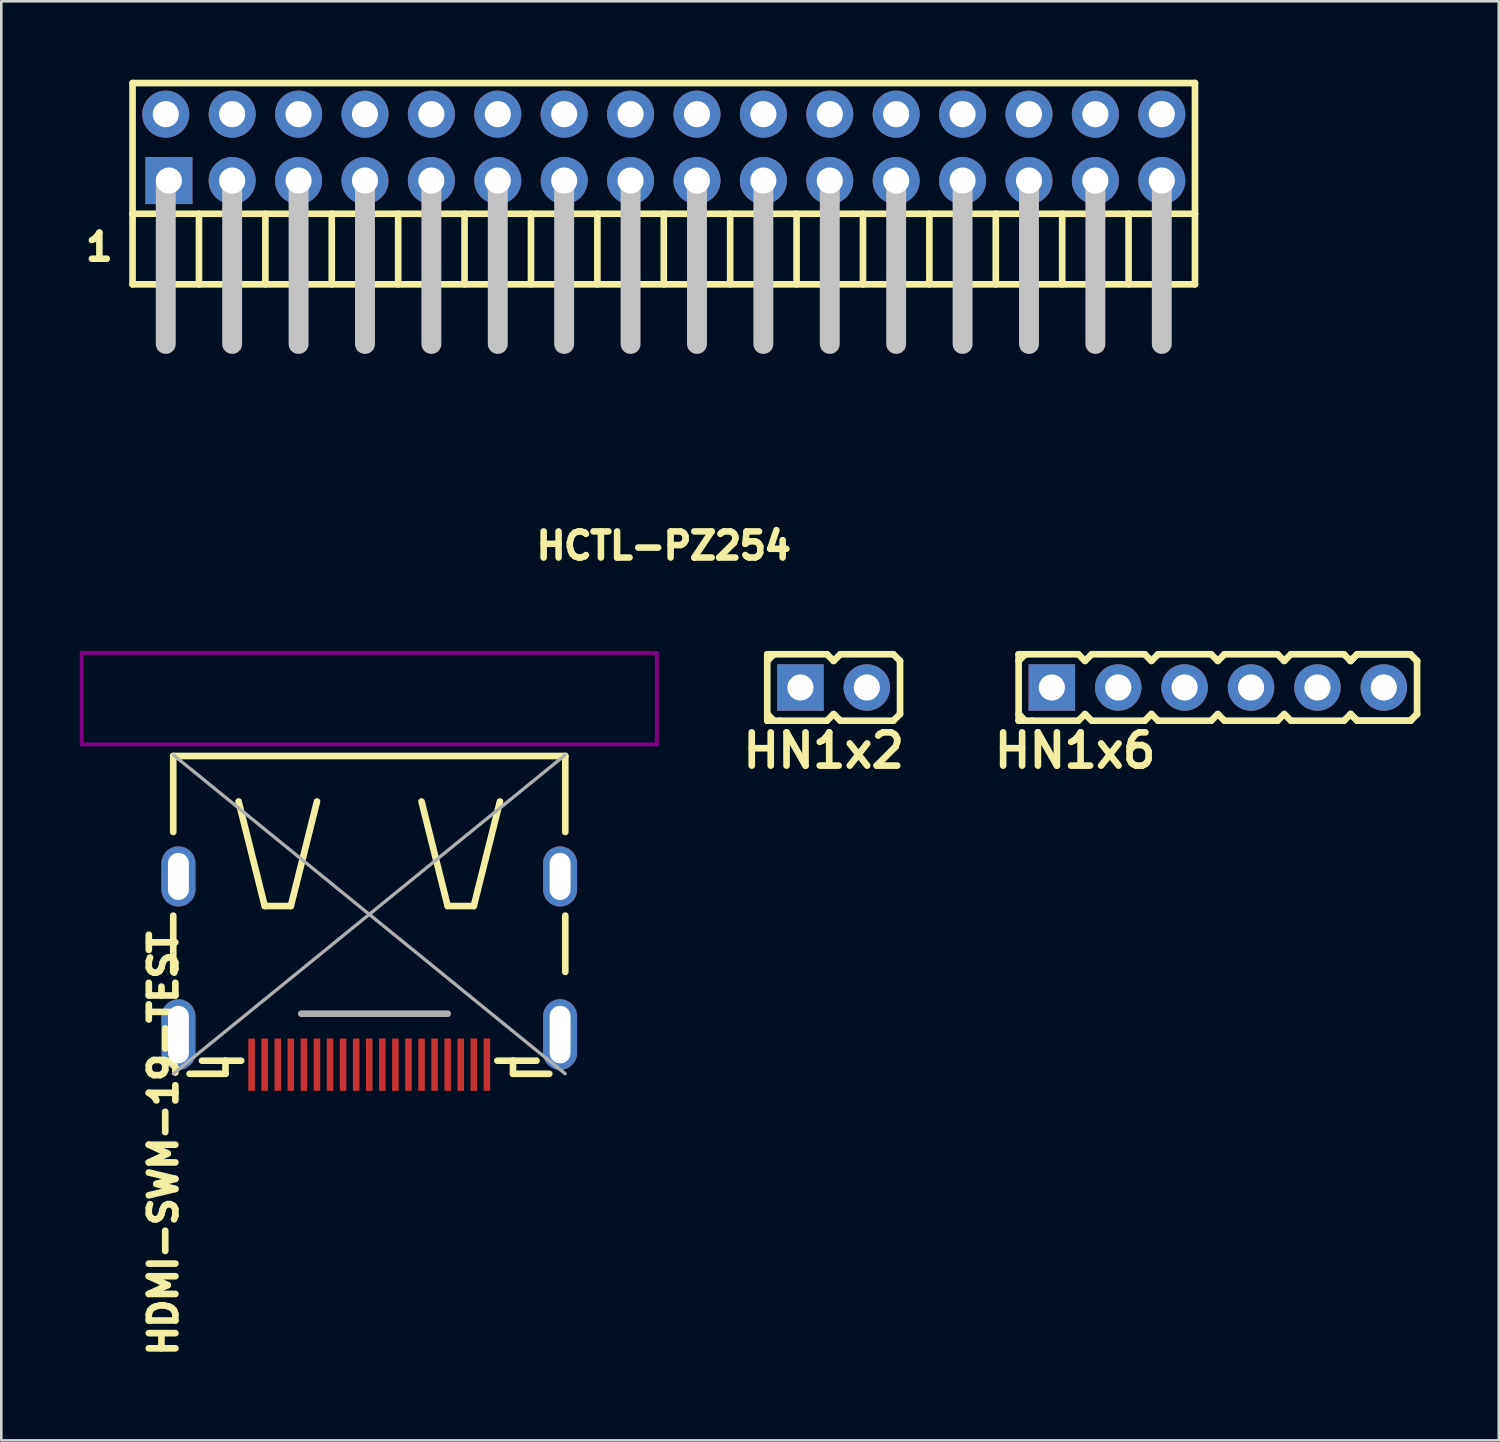
<source format=kicad_pcb>
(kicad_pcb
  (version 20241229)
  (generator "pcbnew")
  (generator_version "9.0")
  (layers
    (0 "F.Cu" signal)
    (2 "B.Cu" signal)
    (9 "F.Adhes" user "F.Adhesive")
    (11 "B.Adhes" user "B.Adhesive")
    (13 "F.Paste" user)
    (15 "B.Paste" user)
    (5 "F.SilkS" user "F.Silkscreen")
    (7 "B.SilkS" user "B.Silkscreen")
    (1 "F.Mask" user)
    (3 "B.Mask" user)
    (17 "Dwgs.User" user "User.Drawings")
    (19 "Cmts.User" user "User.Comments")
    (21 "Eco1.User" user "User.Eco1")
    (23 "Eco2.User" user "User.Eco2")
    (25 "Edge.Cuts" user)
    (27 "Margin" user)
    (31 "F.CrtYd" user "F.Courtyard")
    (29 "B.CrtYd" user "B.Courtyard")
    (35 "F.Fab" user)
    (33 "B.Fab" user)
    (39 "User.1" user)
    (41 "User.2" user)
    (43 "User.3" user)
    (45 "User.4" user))
  (footprint "HN1x2"
    (layer "F.Cu")
    (at 28.839 23.248)
    (property "Reference" "HN1x2" (at -0.381 2.413 0) (layer "F.SilkS") (effects (font (size 1.27 1.27) (thickness 0.254))))
    (attr through_hole)
    (fp_line (start -2.54 -1.27) (end -2.54 1.27) (stroke (width 0.254) (type solid)) (layer "F.SilkS"))
    (fp_line (start -2.54 -1.27) (end -2.286 -1.27) (stroke (width 0.254) (type solid)) (layer "F.SilkS"))
    (fp_line (start -2.54 -1.016) (end -2.286 -1.27) (stroke (width 0.254) (type solid)) (layer "F.SilkS"))
    (fp_line (start -2.286 -1.27) (end -0.254 -1.27) (stroke (width 0.254) (type solid)) (layer "F.SilkS"))
    (fp_line (start -2.286 1.27) (end -2.54 1.016) (stroke (width 0.254) (type solid)) (layer "F.SilkS"))
    (fp_line (start -2.032 1.27) (end -2.54 1.27) (stroke (width 0.254) (type solid)) (layer "F.SilkS"))
    (fp_line (start -0.254 -1.27) (end 0 -1.016) (stroke (width 0.254) (type solid)) (layer "F.SilkS"))
    (fp_line (start -0.254 1.27) (end -2.032 1.27) (stroke (width 0.254) (type solid)) (layer "F.SilkS"))
    (fp_line (start 0 -1.016) (end 0.254 -1.27) (stroke (width 0.254) (type solid)) (layer "F.SilkS"))
    (fp_line (start 0 1.016) (end -0.254 1.27) (stroke (width 0.254) (type solid)) (layer "F.SilkS"))
    (fp_line (start 0.254 -1.27) (end 2.286 -1.27) (stroke (width 0.254) (type solid)) (layer "F.SilkS"))
    (fp_line (start 0.254 1.27) (end 0 1.016) (stroke (width 0.254) (type solid)) (layer "F.SilkS"))
    (fp_line (start 2.286 -1.27) (end 2.54 -1.016) (stroke (width 0.254) (type solid)) (layer "F.SilkS"))
    (fp_line (start 2.286 1.27) (end 0.254 1.27) (stroke (width 0.254) (type solid)) (layer "F.SilkS"))
    (fp_line (start 2.286 1.27) (end 2.54 1.016) (stroke (width 0.254) (type solid)) (layer "F.SilkS"))
    (fp_line (start 2.54 -1.016) (end 2.54 1.016) (stroke (width 0.254) (type solid)) (layer "F.SilkS"))
    (pad "1" thru_hole rect (at -1.27 0) (size 1.778 1.778) (drill 1) (layers "*.Cu" "*.Mask"))
    (pad "2" thru_hole circle (at 1.27 0) (size 1.778 1.778) (drill 1) (layers "*.Cu" "*.Mask")))
  (footprint "HCTL-PZ254"
    (layer "F.Cu")
    (at 22.341 5.127)
    (property "Reference" "HCTL-PZ254" (at 0 12.7 0) (layer "F.SilkS") (effects (font (size 1 1) (thickness 0.25))))
    (attr through_hole)
    (fp_line (start -20.32 -5) (end 20.32 -5) (stroke (width 0.254) (type solid)) (layer "F.SilkS"))
    (fp_line (start -20.32 0) (end -20.32 -5) (stroke (width 0.254) (type solid)) (layer "F.SilkS"))
    (fp_line (start -20.32 0) (end -20.32 2.7) (stroke (width 0.254) (type solid)) (layer "F.SilkS"))
    (fp_line (start -20.32 0) (end 20.32 0) (stroke (width 0.254) (type solid)) (layer "F.SilkS"))
    (fp_line (start -20.32 2.7) (end 20.32 2.7) (stroke (width 0.254) (type solid)) (layer "F.SilkS"))
    (fp_line (start -17.78 0) (end -17.78 2.7) (stroke (width 0.254) (type solid)) (layer "F.SilkS"))
    (fp_line (start -15.24 0) (end -15.24 2.7) (stroke (width 0.254) (type solid)) (layer "F.SilkS"))
    (fp_line (start -12.7 0) (end -12.7 2.7) (stroke (width 0.254) (type solid)) (layer "F.SilkS"))
    (fp_line (start -10.16 0) (end -10.16 2.7) (stroke (width 0.254) (type solid)) (layer "F.SilkS"))
    (fp_line (start -7.62 0) (end -7.62 2.7) (stroke (width 0.254) (type solid)) (layer "F.SilkS"))
    (fp_line (start -5.08 0) (end -5.08 2.7) (stroke (width 0.254) (type solid)) (layer "F.SilkS"))
    (fp_line (start -2.54 0) (end -2.54 2.7) (stroke (width 0.254) (type solid)) (layer "F.SilkS"))
    (fp_line (start 0 0) (end 0 2.7) (stroke (width 0.254) (type solid)) (layer "F.SilkS"))
    (fp_line (start 2.54 0) (end 2.54 2.7) (stroke (width 0.254) (type solid)) (layer "F.SilkS"))
    (fp_line (start 5.08 0) (end 5.08 2.7) (stroke (width 0.254) (type solid)) (layer "F.SilkS"))
    (fp_line (start 7.62 0) (end 7.62 2.7) (stroke (width 0.254) (type solid)) (layer "F.SilkS"))
    (fp_line (start 10.16 0) (end 10.16 2.7) (stroke (width 0.254) (type solid)) (layer "F.SilkS"))
    (fp_line (start 12.7 0) (end 12.7 2.7) (stroke (width 0.254) (type solid)) (layer "F.SilkS"))
    (fp_line (start 15.24 0) (end 15.24 2.7) (stroke (width 0.254) (type solid)) (layer "F.SilkS"))
    (fp_line (start 17.78 0) (end 17.78 2.7) (stroke (width 0.254) (type solid)) (layer "F.SilkS"))
    (fp_line (start 20.32 0) (end 20.32 -5) (stroke (width 0.254) (type solid)) (layer "F.SilkS"))
    (fp_line (start 20.32 0) (end 20.32 2.7) (stroke (width 0.254) (type solid)) (layer "F.SilkS"))
    (fp_line (start -19.05 -1.27) (end -19.05 4.98) (stroke (width 0.762) (type solid)) (layer "Dwgs.User"))
    (fp_line (start -16.51 -1.27) (end -16.51 4.98) (stroke (width 0.762) (type solid)) (layer "Dwgs.User"))
    (fp_line (start -13.97 -1.27) (end -13.97 4.98) (stroke (width 0.762) (type solid)) (layer "Dwgs.User"))
    (fp_line (start -11.43 -1.27) (end -11.43 4.98) (stroke (width 0.762) (type solid)) (layer "Dwgs.User"))
    (fp_line (start -8.89 -1.27) (end -8.89 4.98) (stroke (width 0.762) (type solid)) (layer "Dwgs.User"))
    (fp_line (start -6.35 -1.27) (end -6.35 4.98) (stroke (width 0.762) (type solid)) (layer "Dwgs.User"))
    (fp_line (start -3.81 -1.27) (end -3.81 4.98) (stroke (width 0.762) (type solid)) (layer "Dwgs.User"))
    (fp_line (start -1.27 -1.27) (end -1.27 4.98) (stroke (width 0.762) (type solid)) (layer "Dwgs.User"))
    (fp_line (start 1.27 -1.27) (end 1.27 4.98) (stroke (width 0.762) (type solid)) (layer "Dwgs.User"))
    (fp_line (start 3.81 -1.27) (end 3.81 4.98) (stroke (width 0.762) (type solid)) (layer "Dwgs.User"))
    (fp_line (start 6.35 -1.27) (end 6.35 4.98) (stroke (width 0.762) (type solid)) (layer "Dwgs.User"))
    (fp_line (start 8.89 -1.27) (end 8.89 4.98) (stroke (width 0.762) (type solid)) (layer "Dwgs.User"))
    (fp_line (start 11.43 -1.27) (end 11.43 4.98) (stroke (width 0.762) (type solid)) (layer "Dwgs.User"))
    (fp_line (start 13.97 -1.27) (end 13.97 4.98) (stroke (width 0.762) (type solid)) (layer "Dwgs.User"))
    (fp_line (start 16.51 -1.27) (end 16.51 4.98) (stroke (width 0.762) (type solid)) (layer "Dwgs.User"))
    (fp_line (start 19.05 -1.27) (end 19.05 4.98) (stroke (width 0.762) (type solid)) (layer "Dwgs.User"))
    (fp_text user "1" (at -21.59 1.27 0) (layer "F.SilkS") (effects (font (size 1 1) (thickness 0.25))))
    (pad "1" thru_hole rect (at -18.93 -1.27) (size 1.8 1.8) (drill 1) (layers "*.Cu" "*.Mask"))
    (pad "2" thru_hole circle (at -19.05 -3.81) (size 1.8 1.8) (drill 1) (layers "*.Cu" "*.Mask"))
    (pad "3" thru_hole circle (at -16.51 -1.27) (size 1.8 1.8) (drill 1) (layers "*.Cu" "*.Mask"))
    (pad "4" thru_hole circle (at -16.51 -3.81) (size 1.8 1.8) (drill 1) (layers "*.Cu" "*.Mask"))
    (pad "5" thru_hole circle (at -13.97 -1.27) (size 1.8 1.8) (drill 1) (layers "*.Cu" "*.Mask"))
    (pad "6" thru_hole circle (at -13.97 -3.81) (size 1.8 1.8) (drill 1) (layers "*.Cu" "*.Mask"))
    (pad "7" thru_hole circle (at -11.43 -1.27) (size 1.8 1.8) (drill 1) (layers "*.Cu" "*.Mask"))
    (pad "8" thru_hole circle (at -11.43 -3.81) (size 1.8 1.8) (drill 1) (layers "*.Cu" "*.Mask"))
    (pad "9" thru_hole circle (at -8.89 -1.27) (size 1.8 1.8) (drill 1) (layers "*.Cu" "*.Mask"))
    (pad "10" thru_hole circle (at -8.89 -3.81) (size 1.8 1.8) (drill 1) (layers "*.Cu" "*.Mask"))
    (pad "11" thru_hole circle (at -6.35 -1.27) (size 1.8 1.8) (drill 1) (layers "*.Cu" "*.Mask"))
    (pad "12" thru_hole circle (at -6.35 -3.81) (size 1.8 1.8) (drill 1) (layers "*.Cu" "*.Mask"))
    (pad "13" thru_hole circle (at -3.81 -1.27) (size 1.8 1.8) (drill 1) (layers "*.Cu" "*.Mask"))
    (pad "14" thru_hole circle (at -3.81 -3.81) (size 1.8 1.8) (drill 1) (layers "*.Cu" "*.Mask"))
    (pad "15" thru_hole circle (at -1.27 -1.27) (size 1.8 1.8) (drill 1) (layers "*.Cu" "*.Mask"))
    (pad "16" thru_hole circle (at -1.27 -3.81) (size 1.8 1.8) (drill 1) (layers "*.Cu" "*.Mask"))
    (pad "17" thru_hole circle (at 1.27 -1.27) (size 1.8 1.8) (drill 1) (layers "*.Cu" "*.Mask"))
    (pad "18" thru_hole circle (at 1.27 -3.81) (size 1.8 1.8) (drill 1) (layers "*.Cu" "*.Mask"))
    (pad "19" thru_hole circle (at 3.81 -1.27) (size 1.8 1.8) (drill 1) (layers "*.Cu" "*.Mask"))
    (pad "20" thru_hole circle (at 3.81 -3.81) (size 1.8 1.8) (drill 1) (layers "*.Cu" "*.Mask"))
    (pad "21" thru_hole circle (at 6.35 -1.27) (size 1.8 1.8) (drill 1) (layers "*.Cu" "*.Mask"))
    (pad "22" thru_hole circle (at 6.35 -3.81) (size 1.8 1.8) (drill 1) (layers "*.Cu" "*.Mask"))
    (pad "23" thru_hole circle (at 8.89 -1.27) (size 1.8 1.8) (drill 1) (layers "*.Cu" "*.Mask"))
    (pad "24" thru_hole circle (at 8.89 -3.81) (size 1.8 1.8) (drill 1) (layers "*.Cu" "*.Mask"))
    (pad "25" thru_hole circle (at 11.43 -1.27) (size 1.8 1.8) (drill 1) (layers "*.Cu" "*.Mask"))
    (pad "26" thru_hole circle (at 11.43 -3.81) (size 1.8 1.8) (drill 1) (layers "*.Cu" "*.Mask"))
    (pad "27" thru_hole circle (at 13.97 -1.27) (size 1.8 1.8) (drill 1) (layers "*.Cu" "*.Mask"))
    (pad "28" thru_hole circle (at 13.97 -3.81) (size 1.8 1.8) (drill 1) (layers "*.Cu" "*.Mask"))
    (pad "29" thru_hole circle (at 16.51 -1.27) (size 1.8 1.8) (drill 1) (layers "*.Cu" "*.Mask"))
    (pad "30" thru_hole circle (at 16.51 -3.81) (size 1.8 1.8) (drill 1) (layers "*.Cu" "*.Mask"))
    (pad "31" thru_hole circle (at 19.05 -1.27) (size 1.8 1.8) (drill 1) (layers "*.Cu" "*.Mask"))
    (pad "32" thru_hole circle (at 19.05 -3.81) (size 1.8 1.8) (drill 1) (layers "*.Cu" "*.Mask")))
  (footprint "HN1x6"
    (layer "F.Cu")
    (at 43.535 23.248)
    (property "Reference" "HN1x6" (at -5.461 2.413 0) (layer "F.SilkS") (effects (font (size 1.27 1.27) (thickness 0.254))))
    (attr through_hole)
    (fp_line (start -7.62 -1.27) (end -7.62 1.27) (stroke (width 0.254) (type solid)) (layer "F.SilkS"))
    (fp_line (start -7.62 -1.27) (end -7.366 -1.27) (stroke (width 0.254) (type solid)) (layer "F.SilkS"))
    (fp_line (start -7.62 -1.016) (end -7.366 -1.27) (stroke (width 0.254) (type solid)) (layer "F.SilkS"))
    (fp_line (start -7.366 -1.27) (end -5.334 -1.27) (stroke (width 0.254) (type solid)) (layer "F.SilkS"))
    (fp_line (start -7.366 1.27) (end -7.62 1.016) (stroke (width 0.254) (type solid)) (layer "F.SilkS"))
    (fp_line (start -7.112 1.27) (end -7.62 1.27) (stroke (width 0.254) (type solid)) (layer "F.SilkS"))
    (fp_line (start -5.334 -1.27) (end -5.08 -1.016) (stroke (width 0.254) (type solid)) (layer "F.SilkS"))
    (fp_line (start -5.334 1.27) (end -7.112 1.27) (stroke (width 0.254) (type solid)) (layer "F.SilkS"))
    (fp_line (start -5.08 -1.016) (end -4.826 -1.27) (stroke (width 0.254) (type solid)) (layer "F.SilkS"))
    (fp_line (start -5.08 1.016) (end -5.334 1.27) (stroke (width 0.254) (type solid)) (layer "F.SilkS"))
    (fp_line (start -4.826 -1.27) (end -2.794 -1.27) (stroke (width 0.254) (type solid)) (layer "F.SilkS"))
    (fp_line (start -4.826 1.27) (end -5.08 1.016) (stroke (width 0.254) (type solid)) (layer "F.SilkS"))
    (fp_line (start -2.794 -1.27) (end -2.54 -1.016) (stroke (width 0.254) (type solid)) (layer "F.SilkS"))
    (fp_line (start -2.794 1.27) (end -4.826 1.27) (stroke (width 0.254) (type solid)) (layer "F.SilkS"))
    (fp_line (start -2.794 1.27) (end -2.54 1.016) (stroke (width 0.254) (type solid)) (layer "F.SilkS"))
    (fp_line (start -2.54 -1.016) (end -2.286 -1.27) (stroke (width 0.254) (type solid)) (layer "F.SilkS"))
    (fp_line (start -2.54 1.016) (end -2.286 1.27) (stroke (width 0.254) (type solid)) (layer "F.SilkS"))
    (fp_line (start -2.286 -1.27) (end -0.254 -1.27) (stroke (width 0.254) (type solid)) (layer "F.SilkS"))
    (fp_line (start -0.254 -1.27) (end 0 -1.016) (stroke (width 0.254) (type solid)) (layer "F.SilkS"))
    (fp_line (start -0.254 1.27) (end -2.286 1.27) (stroke (width 0.254) (type solid)) (layer "F.SilkS"))
    (fp_line (start 0 -1.016) (end 0.254 -1.27) (stroke (width 0.254) (type solid)) (layer "F.SilkS"))
    (fp_line (start 0 1.016) (end -0.254 1.27) (stroke (width 0.254) (type solid)) (layer "F.SilkS"))
    (fp_line (start 0.254 -1.27) (end 2.286 -1.27) (stroke (width 0.254) (type solid)) (layer "F.SilkS"))
    (fp_line (start 0.254 1.27) (end 0 1.016) (stroke (width 0.254) (type solid)) (layer "F.SilkS"))
    (fp_line (start 2.286 -1.27) (end 2.54 -1.016) (stroke (width 0.254) (type solid)) (layer "F.SilkS"))
    (fp_line (start 2.286 1.27) (end 0.254 1.27) (stroke (width 0.254) (type solid)) (layer "F.SilkS"))
    (fp_line (start 2.54 -1.016) (end 2.794 -1.27) (stroke (width 0.254) (type solid)) (layer "F.SilkS"))
    (fp_line (start 2.54 1.016) (end 2.286 1.27) (stroke (width 0.254) (type solid)) (layer "F.SilkS"))
    (fp_line (start 2.794 -1.27) (end 4.826 -1.27) (stroke (width 0.254) (type solid)) (layer "F.SilkS"))
    (fp_line (start 2.794 1.27) (end 2.54 1.016) (stroke (width 0.254) (type solid)) (layer "F.SilkS"))
    (fp_line (start 4.826 -1.27) (end 5.08 -1.016) (stroke (width 0.254) (type solid)) (layer "F.SilkS"))
    (fp_line (start 4.826 1.27) (end 2.794 1.27) (stroke (width 0.254) (type solid)) (layer "F.SilkS"))
    (fp_line (start 5.08 -1.016) (end 5.334 -1.27) (stroke (width 0.254) (type solid)) (layer "F.SilkS"))
    (fp_line (start 5.08 -1.016) (end 5.334 -1.27) (stroke (width 0.254) (type solid)) (layer "F.SilkS"))
    (fp_line (start 5.08 1.016) (end 4.826 1.27) (stroke (width 0.254) (type solid)) (layer "F.SilkS"))
    (fp_line (start 5.334 -1.27) (end 7.366 -1.27) (stroke (width 0.254) (type solid)) (layer "F.SilkS"))
    (fp_line (start 5.334 -1.27) (end 7.366 -1.27) (stroke (width 0.254) (type solid)) (layer "F.SilkS"))
    (fp_line (start 5.334 1.27) (end 5.08 1.016) (stroke (width 0.254) (type solid)) (layer "F.SilkS"))
    (fp_line (start 5.334 1.27) (end 5.08 1.016) (stroke (width 0.254) (type solid)) (layer "F.SilkS"))
    (fp_line (start 7.366 -1.27) (end 7.62 -1.016) (stroke (width 0.254) (type solid)) (layer "F.SilkS"))
    (fp_line (start 7.366 -1.27) (end 7.62 -1.016) (stroke (width 0.254) (type solid)) (layer "F.SilkS"))
    (fp_line (start 7.366 1.27) (end 5.334 1.27) (stroke (width 0.254) (type solid)) (layer "F.SilkS"))
    (fp_line (start 7.366 1.27) (end 5.334 1.27) (stroke (width 0.254) (type solid)) (layer "F.SilkS"))
    (fp_line (start 7.62 -1.016) (end 7.62 1.016) (stroke (width 0.254) (type solid)) (layer "F.SilkS"))
    (fp_line (start 7.62 1.016) (end 7.366 1.27) (stroke (width 0.254) (type solid)) (layer "F.SilkS"))
    (fp_line (start 7.62 1.016) (end 7.366 1.27) (stroke (width 0.254) (type solid)) (layer "F.SilkS"))
    (pad "1" thru_hole rect (at -6.35 0) (size 1.778 1.778) (drill 1) (layers "*.Cu" "*.Mask"))
    (pad "2" thru_hole circle (at -3.81 0) (size 1.778 1.778) (drill 1) (layers "*.Cu" "*.Mask"))
    (pad "3" thru_hole circle (at -1.27 0) (size 1.778 1.778) (drill 1) (layers "*.Cu" "*.Mask"))
    (pad "4" thru_hole circle (at 1.27 0) (size 1.778 1.778) (drill 1) (layers "*.Cu" "*.Mask"))
    (pad "5" thru_hole circle (at 3.81 0) (size 1.778 1.778) (drill 1) (layers "*.Cu" "*.Mask"))
    (pad "6" thru_hole circle (at 6.35 0) (size 1.778 1.778) (drill 1) (layers "*.Cu" "*.Mask")))
  (footprint "HDMI-SWM-19-TEST"
    (layer "F.Cu")
    (at 11.075 31.926)
    (property "Reference" "HDMI-SWM-19-TEST" (at -7.874 8.763 90) (layer "F.SilkS") (effects (font (size 1.016 1.016) (thickness 0.254))))
    (attr smd)
    (fp_line (start -7.498 -6.058) (end 7.498 -6.058) (stroke (width 0.254) (type solid)) (layer "F.SilkS"))
    (fp_line (start -7.498 -3.15) (end -7.498 -6.058) (stroke (width 0.254) (type solid)) (layer "F.SilkS"))
    (fp_line (start -7.498 2.2) (end -7.498 0.048) (stroke (width 0.254) (type solid)) (layer "F.SilkS"))
    (fp_line (start -6.873 6.099) (end -5.499 6.099) (stroke (width 0.254) (type solid)) (layer "F.SilkS"))
    (fp_line (start -5.499 5.598) (end -6.398 5.598) (stroke (width 0.254) (type solid)) (layer "F.SilkS"))
    (fp_line (start -5.499 6.099) (end -5.499 5.598) (stroke (width 0.254) (type solid)) (layer "F.SilkS"))
    (fp_line (start -4.9 5.598) (end -5.499 5.598) (stroke (width 0.254) (type solid)) (layer "F.SilkS"))
    (fp_line (start -3.998 -0.318) (end -4.999 -4.318) (stroke (width 0.254) (type solid)) (layer "F.SilkS"))
    (fp_line (start -3 -0.318) (end -3.998 -0.318) (stroke (width 0.254) (type solid)) (layer "F.SilkS"))
    (fp_line (start -1.999 -4.318) (end -3 -0.318) (stroke (width 0.254) (type solid)) (layer "F.SilkS"))
    (fp_line (start 1.999 -4.318) (end 3 -0.318) (stroke (width 0.254) (type solid)) (layer "F.SilkS"))
    (fp_line (start 3 -0.318) (end 3.998 -0.318) (stroke (width 0.254) (type solid)) (layer "F.SilkS"))
    (fp_line (start 3.998 -0.318) (end 4.999 -4.318) (stroke (width 0.254) (type solid)) (layer "F.SilkS"))
    (fp_line (start 5.499 5.598) (end 4.9 5.598) (stroke (width 0.254) (type solid)) (layer "F.SilkS"))
    (fp_line (start 5.499 5.598) (end 5.499 6.099) (stroke (width 0.254) (type solid)) (layer "F.SilkS"))
    (fp_line (start 5.499 6.099) (end 6.886 6.099) (stroke (width 0.254) (type solid)) (layer "F.SilkS"))
    (fp_line (start 6.398 5.598) (end 5.499 5.598) (stroke (width 0.254) (type solid)) (layer "F.SilkS"))
    (fp_line (start 7.498 -6.058) (end 7.498 -3.15) (stroke (width 0.254) (type solid)) (layer "F.SilkS"))
    (fp_line (start 7.498 0.048) (end 7.498 2.2) (stroke (width 0.254) (type solid)) (layer "F.SilkS"))
    (fp_line (start -11 -10) (end -11 -6.5) (stroke (width 0.15) (type solid)) (layer "F.Adhes"))
    (fp_line (start 11 -10) (end -11 -10) (stroke (width 0.15) (type solid)) (layer "F.Adhes"))
    (fp_line (start 11 -6.5) (end -11 -6.5) (stroke (width 0.15) (type solid)) (layer "F.Adhes"))
    (fp_line (start 11 -6.5) (end 11 -10) (stroke (width 0.15) (type solid)) (layer "F.Adhes"))
    (fp_line (start -7.493 -6.096) (end 7.493 6.096) (stroke (width 0.127) (type solid)) (layer "F.Fab"))
    (fp_line (start -2.6 3.8) (end 3 3.8) (stroke (width 0.254) (type solid)) (layer "F.Fab"))
    (fp_line (start 7.493 -6.096) (end -7.493 6.096) (stroke (width 0.127) (type solid)) (layer "F.Fab"))
    (pad "0" thru_hole oval (at -7.3 -1.45) (size 1.3 2.3) (drill oval 0.8 1.8) (layers "*.Cu" "*.Mask"))
    (pad "0" thru_hole oval (at -7.3 4.6) (size 1.3 2.7) (drill oval 0.8 2.2) (layers "*.Cu" "*.Mask"))
    (pad "0" thru_hole oval (at 7.3 -1.45) (size 1.3 2.3) (drill oval 0.8 1.8) (layers "*.Cu" "*.Mask"))
    (pad "0" thru_hole oval (at 7.3 4.6) (size 1.3 2.7) (drill oval 0.8 2.2) (layers "*.Cu" "*.Mask"))
    (pad "1" smd rect (at -4.5 5.75 90) (size 2 0.25) (layers "F.Cu" "F.Mask" "F.Paste"))
    (pad "2" smd rect (at -4 5.75 90) (size 2 0.25) (layers "F.Cu" "F.Mask" "F.Paste"))
    (pad "3" smd rect (at -3.5 5.75 90) (size 2 0.25) (layers "F.Cu" "F.Mask" "F.Paste"))
    (pad "4" smd rect (at -3 5.75 90) (size 2 0.25) (layers "F.Cu" "F.Mask" "F.Paste"))
    (pad "5" smd rect (at -2.5 5.75 90) (size 2 0.25) (layers "F.Cu" "F.Mask" "F.Paste"))
    (pad "6" smd rect (at -2 5.75 90) (size 2 0.25) (layers "F.Cu" "F.Mask" "F.Paste"))
    (pad "7" smd rect (at -1.5 5.75 90) (size 2 0.25) (layers "F.Cu" "F.Mask" "F.Paste"))
    (pad "8" smd rect (at -1 5.75 90) (size 2 0.25) (layers "F.Cu" "F.Mask" "F.Paste"))
    (pad "9" smd rect (at -0.5 5.75 90) (size 2 0.25) (layers "F.Cu" "F.Mask" "F.Paste"))
    (pad "10" smd rect (at 0 5.75 90) (size 2 0.25) (layers "F.Cu" "F.Mask" "F.Paste"))
    (pad "11" smd rect (at 0.5 5.75 90) (size 2 0.25) (layers "F.Cu" "F.Mask" "F.Paste"))
    (pad "12" smd rect (at 1 5.75 90) (size 2 0.25) (layers "F.Cu" "F.Mask" "F.Paste"))
    (pad "13" smd rect (at 1.5 5.75 90) (size 2 0.25) (layers "F.Cu" "F.Mask" "F.Paste"))
    (pad "14" smd rect (at 2 5.75 90) (size 2 0.25) (layers "F.Cu" "F.Mask" "F.Paste"))
    (pad "15" smd rect (at 2.5 5.75 90) (size 2 0.25) (layers "F.Cu" "F.Mask" "F.Paste"))
    (pad "16" smd rect (at 3 5.75 90) (size 2 0.25) (layers "F.Cu" "F.Mask" "F.Paste"))
    (pad "17" smd rect (at 3.5 5.75 90) (size 2 0.25) (layers "F.Cu" "F.Mask" "F.Paste"))
    (pad "18" smd rect (at 4 5.75 90) (size 2 0.25) (layers "F.Cu" "F.Mask" "F.Paste"))
    (pad "19" smd rect (at 4.5 5.75 90) (size 2 0.25) (layers "F.Cu" "F.Mask" "F.Paste")))
  (gr_rect
    (start -3 -3)
    (end 54.282 52.048)
    (stroke (width 0.1) (type default))
    (fill no)
    (layer "Edge.Cuts")))
</source>
